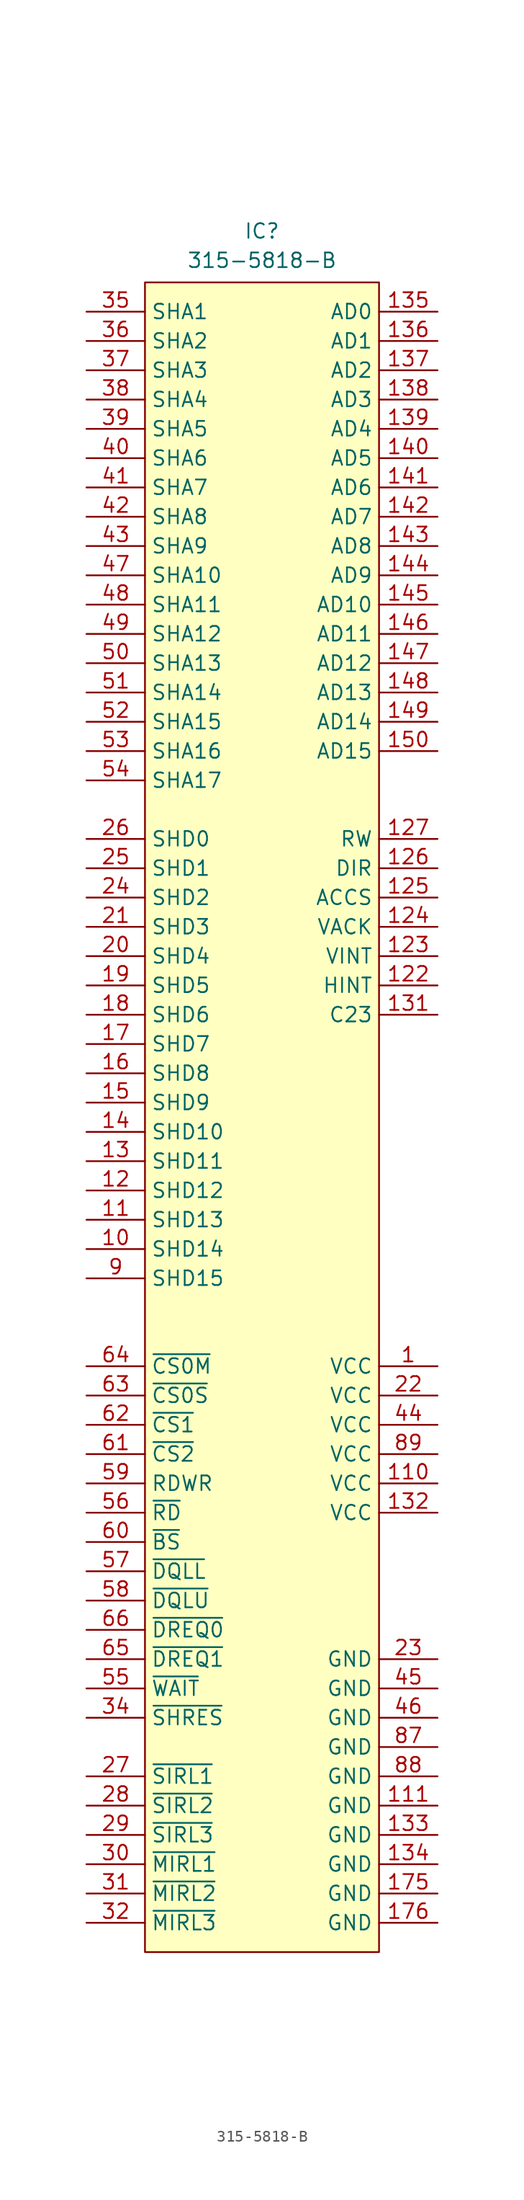
<source format=kicad_sym>
(kicad_symbol_lib
  (version 20220914)
  (generator kicad_symbol_editor)
  (symbol "315-5818-B"
    (property "Reference" "IC"
      (at 0 4.445 0)
      (effects (font (size 1.27 1.27))))
    (property "Value" "315-5818-B"
      (at 0 1.905 0)
      (effects (font (size 1.27 1.27))))
    (symbol "315-5818-B_1_1"
      (rectangle (start -10.16 0) (end 10.16 -144.78) (stroke (width 0) (type default)) (fill (type background)))
      (pin passive line (at 15.24 -93.98 180) (length 5.08) (name "VCC" (effects (font (size 1.27 1.27)))) (number "1" (effects (font (size 1.27 1.27)))))
      (pin passive line (at -15.24 -83.82 0) (length 5.08) (name "SHD14" (effects (font (size 1.27 1.27)))) (number "10" (effects (font (size 1.27 1.27)))))
      (pin passive line (at -15.24 -81.28 0) (length 5.08) (name "SHD13" (effects (font (size 1.27 1.27)))) (number "11" (effects (font (size 1.27 1.27)))))
      (pin passive line (at 15.24 -104.14 180) (length 5.08) (name "VCC" (effects (font (size 1.27 1.27)))) (number "110" (effects (font (size 1.27 1.27)))))
      (pin passive line (at 15.24 -132.08 180) (length 5.08) (name "GND" (effects (font (size 1.27 1.27)))) (number "111" (effects (font (size 1.27 1.27)))))
      (pin passive line (at -15.24 -78.74 0) (length 5.08) (name "SHD12" (effects (font (size 1.27 1.27)))) (number "12" (effects (font (size 1.27 1.27)))))
      (pin passive line (at 15.24 -60.96 180) (length 5.08) (name "HINT" (effects (font (size 1.27 1.27)))) (number "122" (effects (font (size 1.27 1.27)))))
      (pin passive line (at 15.24 -58.42 180) (length 5.08) (name "VINT" (effects (font (size 1.27 1.27)))) (number "123" (effects (font (size 1.27 1.27)))))
      (pin passive line (at 15.24 -55.88 180) (length 5.08) (name "VACK" (effects (font (size 1.27 1.27)))) (number "124" (effects (font (size 1.27 1.27)))))
      (pin passive line (at 15.24 -53.34 180) (length 5.08) (name "ACCS" (effects (font (size 1.27 1.27)))) (number "125" (effects (font (size 1.27 1.27)))))
      (pin passive line (at 15.24 -50.8 180) (length 5.08) (name "DIR" (effects (font (size 1.27 1.27)))) (number "126" (effects (font (size 1.27 1.27)))))
      (pin passive line (at 15.24 -48.26 180) (length 5.08) (name "RW" (effects (font (size 1.27 1.27)))) (number "127" (effects (font (size 1.27 1.27)))))
      (pin passive line (at -15.24 -76.2 0) (length 5.08) (name "SHD11" (effects (font (size 1.27 1.27)))) (number "13" (effects (font (size 1.27 1.27)))))
      (pin passive line (at 15.24 -63.5 180) (length 5.08) (name "C23" (effects (font (size 1.27 1.27)))) (number "131" (effects (font (size 1.27 1.27)))))
      (pin passive line (at 15.24 -106.68 180) (length 5.08) (name "VCC" (effects (font (size 1.27 1.27)))) (number "132" (effects (font (size 1.27 1.27)))))
      (pin passive line (at 15.24 -134.62 180) (length 5.08) (name "GND" (effects (font (size 1.27 1.27)))) (number "133" (effects (font (size 1.27 1.27)))))
      (pin passive line (at 15.24 -137.16 180) (length 5.08) (name "GND" (effects (font (size 1.27 1.27)))) (number "134" (effects (font (size 1.27 1.27)))))
      (pin passive line (at 15.24 -2.54 180) (length 5.08) (name "AD0" (effects (font (size 1.27 1.27)))) (number "135" (effects (font (size 1.27 1.27)))))
      (pin passive line (at 15.24 -5.08 180) (length 5.08) (name "AD1" (effects (font (size 1.27 1.27)))) (number "136" (effects (font (size 1.27 1.27)))))
      (pin passive line (at 15.24 -7.62 180) (length 5.08) (name "AD2" (effects (font (size 1.27 1.27)))) (number "137" (effects (font (size 1.27 1.27)))))
      (pin passive line (at 15.24 -10.16 180) (length 5.08) (name "AD3" (effects (font (size 1.27 1.27)))) (number "138" (effects (font (size 1.27 1.27)))))
      (pin passive line (at 15.24 -12.7 180) (length 5.08) (name "AD4" (effects (font (size 1.27 1.27)))) (number "139" (effects (font (size 1.27 1.27)))))
      (pin passive line (at -15.24 -73.66 0) (length 5.08) (name "SHD10" (effects (font (size 1.27 1.27)))) (number "14" (effects (font (size 1.27 1.27)))))
      (pin passive line (at 15.24 -15.24 180) (length 5.08) (name "AD5" (effects (font (size 1.27 1.27)))) (number "140" (effects (font (size 1.27 1.27)))))
      (pin passive line (at 15.24 -17.78 180) (length 5.08) (name "AD6" (effects (font (size 1.27 1.27)))) (number "141" (effects (font (size 1.27 1.27)))))
      (pin passive line (at 15.24 -20.32 180) (length 5.08) (name "AD7" (effects (font (size 1.27 1.27)))) (number "142" (effects (font (size 1.27 1.27)))))
      (pin passive line (at 15.24 -22.86 180) (length 5.08) (name "AD8" (effects (font (size 1.27 1.27)))) (number "143" (effects (font (size 1.27 1.27)))))
      (pin passive line (at 15.24 -25.4 180) (length 5.08) (name "AD9" (effects (font (size 1.27 1.27)))) (number "144" (effects (font (size 1.27 1.27)))))
      (pin passive line (at 15.24 -27.94 180) (length 5.08) (name "AD10" (effects (font (size 1.27 1.27)))) (number "145" (effects (font (size 1.27 1.27)))))
      (pin passive line (at 15.24 -30.48 180) (length 5.08) (name "AD11" (effects (font (size 1.27 1.27)))) (number "146" (effects (font (size 1.27 1.27)))))
      (pin passive line (at 15.24 -33.02 180) (length 5.08) (name "AD12" (effects (font (size 1.27 1.27)))) (number "147" (effects (font (size 1.27 1.27)))))
      (pin passive line (at 15.24 -35.56 180) (length 5.08) (name "AD13" (effects (font (size 1.27 1.27)))) (number "148" (effects (font (size 1.27 1.27)))))
      (pin passive line (at 15.24 -38.1 180) (length 5.08) (name "AD14" (effects (font (size 1.27 1.27)))) (number "149" (effects (font (size 1.27 1.27)))))
      (pin passive line (at -15.24 -71.12 0) (length 5.08) (name "SHD9" (effects (font (size 1.27 1.27)))) (number "15" (effects (font (size 1.27 1.27)))))
      (pin passive line (at 15.24 -40.64 180) (length 5.08) (name "AD15" (effects (font (size 1.27 1.27)))) (number "150" (effects (font (size 1.27 1.27)))))
      (pin passive line (at -15.24 -68.58 0) (length 5.08) (name "SHD8" (effects (font (size 1.27 1.27)))) (number "16" (effects (font (size 1.27 1.27)))))
      (pin passive line (at -15.24 -66.04 0) (length 5.08) (name "SHD7" (effects (font (size 1.27 1.27)))) (number "17" (effects (font (size 1.27 1.27)))))
      (pin passive line (at 15.24 -139.7 180) (length 5.08) (name "GND" (effects (font (size 1.27 1.27)))) (number "175" (effects (font (size 1.27 1.27)))))
      (pin passive line (at 15.24 -142.24 180) (length 5.08) (name "GND" (effects (font (size 1.27 1.27)))) (number "176" (effects (font (size 1.27 1.27)))))
      (pin passive line (at -15.24 -63.5 0) (length 5.08) (name "SHD6" (effects (font (size 1.27 1.27)))) (number "18" (effects (font (size 1.27 1.27)))))
      (pin passive line (at -15.24 -60.96 0) (length 5.08) (name "SHD5" (effects (font (size 1.27 1.27)))) (number "19" (effects (font (size 1.27 1.27)))))
      (pin passive line (at -15.24 -58.42 0) (length 5.08) (name "SHD4" (effects (font (size 1.27 1.27)))) (number "20" (effects (font (size 1.27 1.27)))))
      (pin passive line (at -15.24 -55.88 0) (length 5.08) (name "SHD3" (effects (font (size 1.27 1.27)))) (number "21" (effects (font (size 1.27 1.27)))))
      (pin passive line (at 15.24 -96.52 180) (length 5.08) (name "VCC" (effects (font (size 1.27 1.27)))) (number "22" (effects (font (size 1.27 1.27)))))
      (pin passive line (at 15.24 -119.38 180) (length 5.08) (name "GND" (effects (font (size 1.27 1.27)))) (number "23" (effects (font (size 1.27 1.27)))))
      (pin passive line (at -15.24 -53.34 0) (length 5.08) (name "SHD2" (effects (font (size 1.27 1.27)))) (number "24" (effects (font (size 1.27 1.27)))))
      (pin passive line (at -15.24 -50.8 0) (length 5.08) (name "SHD1" (effects (font (size 1.27 1.27)))) (number "25" (effects (font (size 1.27 1.27)))))
      (pin passive line (at -15.24 -48.26 0) (length 5.08) (name "SHD0" (effects (font (size 1.27 1.27)))) (number "26" (effects (font (size 1.27 1.27)))))
      (pin passive line (at -15.24 -129.54 0) (length 5.08) (name "~{SIRL1}" (effects (font (size 1.27 1.27)))) (number "27" (effects (font (size 1.27 1.27)))))
      (pin passive line (at -15.24 -132.08 0) (length 5.08) (name "~{SIRL2}" (effects (font (size 1.27 1.27)))) (number "28" (effects (font (size 1.27 1.27)))))
      (pin passive line (at -15.24 -134.62 0) (length 5.08) (name "~{SIRL3}" (effects (font (size 1.27 1.27)))) (number "29" (effects (font (size 1.27 1.27)))))
      (pin passive line (at -15.24 -137.16 0) (length 5.08) (name "~{MIRL1}" (effects (font (size 1.27 1.27)))) (number "30" (effects (font (size 1.27 1.27)))))
      (pin passive line (at -15.24 -139.7 0) (length 5.08) (name "~{MIRL2}" (effects (font (size 1.27 1.27)))) (number "31" (effects (font (size 1.27 1.27)))))
      (pin passive line (at -15.24 -142.24 0) (length 5.08) (name "~{MIRL3}" (effects (font (size 1.27 1.27)))) (number "32" (effects (font (size 1.27 1.27)))))
      (pin passive line (at -15.24 -124.46 0) (length 5.08) (name "~{SHRES}" (effects (font (size 1.27 1.27)))) (number "34" (effects (font (size 1.27 1.27)))))
      (pin passive line (at -15.24 -2.54 0) (length 5.08) (name "SHA1" (effects (font (size 1.27 1.27)))) (number "35" (effects (font (size 1.27 1.27)))))
      (pin passive line (at -15.24 -5.08 0) (length 5.08) (name "SHA2" (effects (font (size 1.27 1.27)))) (number "36" (effects (font (size 1.27 1.27)))))
      (pin passive line (at -15.24 -7.62 0) (length 5.08) (name "SHA3" (effects (font (size 1.27 1.27)))) (number "37" (effects (font (size 1.27 1.27)))))
      (pin passive line (at -15.24 -10.16 0) (length 5.08) (name "SHA4" (effects (font (size 1.27 1.27)))) (number "38" (effects (font (size 1.27 1.27)))))
      (pin passive line (at -15.24 -12.7 0) (length 5.08) (name "SHA5" (effects (font (size 1.27 1.27)))) (number "39" (effects (font (size 1.27 1.27)))))
      (pin passive line (at -15.24 -15.24 0) (length 5.08) (name "SHA6" (effects (font (size 1.27 1.27)))) (number "40" (effects (font (size 1.27 1.27)))))
      (pin passive line (at -15.24 -17.78 0) (length 5.08) (name "SHA7" (effects (font (size 1.27 1.27)))) (number "41" (effects (font (size 1.27 1.27)))))
      (pin passive line (at -15.24 -20.32 0) (length 5.08) (name "SHA8" (effects (font (size 1.27 1.27)))) (number "42" (effects (font (size 1.27 1.27)))))
      (pin passive line (at -15.24 -22.86 0) (length 5.08) (name "SHA9" (effects (font (size 1.27 1.27)))) (number "43" (effects (font (size 1.27 1.27)))))
      (pin passive line (at 15.24 -99.06 180) (length 5.08) (name "VCC" (effects (font (size 1.27 1.27)))) (number "44" (effects (font (size 1.27 1.27)))))
      (pin passive line (at 15.24 -121.92 180) (length 5.08) (name "GND" (effects (font (size 1.27 1.27)))) (number "45" (effects (font (size 1.27 1.27)))))
      (pin passive line (at 15.24 -124.46 180) (length 5.08) (name "GND" (effects (font (size 1.27 1.27)))) (number "46" (effects (font (size 1.27 1.27)))))
      (pin passive line (at -15.24 -25.4 0) (length 5.08) (name "SHA10" (effects (font (size 1.27 1.27)))) (number "47" (effects (font (size 1.27 1.27)))))
      (pin passive line (at -15.24 -27.94 0) (length 5.08) (name "SHA11" (effects (font (size 1.27 1.27)))) (number "48" (effects (font (size 1.27 1.27)))))
      (pin passive line (at -15.24 -30.48 0) (length 5.08) (name "SHA12" (effects (font (size 1.27 1.27)))) (number "49" (effects (font (size 1.27 1.27)))))
      (pin passive line (at -15.24 -33.02 0) (length 5.08) (name "SHA13" (effects (font (size 1.27 1.27)))) (number "50" (effects (font (size 1.27 1.27)))))
      (pin passive line (at -15.24 -35.56 0) (length 5.08) (name "SHA14" (effects (font (size 1.27 1.27)))) (number "51" (effects (font (size 1.27 1.27)))))
      (pin passive line (at -15.24 -38.1 0) (length 5.08) (name "SHA15" (effects (font (size 1.27 1.27)))) (number "52" (effects (font (size 1.27 1.27)))))
      (pin passive line (at -15.24 -40.64 0) (length 5.08) (name "SHA16" (effects (font (size 1.27 1.27)))) (number "53" (effects (font (size 1.27 1.27)))))
      (pin passive line (at -15.24 -43.18 0) (length 5.08) (name "SHA17" (effects (font (size 1.27 1.27)))) (number "54" (effects (font (size 1.27 1.27)))))
      (pin passive line (at -15.24 -121.92 0) (length 5.08) (name "~{WAIT}" (effects (font (size 1.27 1.27)))) (number "55" (effects (font (size 1.27 1.27)))))
      (pin passive line (at -15.24 -106.68 0) (length 5.08) (name "~{RD}" (effects (font (size 1.27 1.27)))) (number "56" (effects (font (size 1.27 1.27)))))
      (pin passive line (at -15.24 -111.76 0) (length 5.08) (name "~{DQLL}" (effects (font (size 1.27 1.27)))) (number "57" (effects (font (size 1.27 1.27)))))
      (pin passive line (at -15.24 -114.3 0) (length 5.08) (name "~{DQLU}" (effects (font (size 1.27 1.27)))) (number "58" (effects (font (size 1.27 1.27)))))
      (pin passive line (at -15.24 -104.14 0) (length 5.08) (name "RDWR" (effects (font (size 1.27 1.27)))) (number "59" (effects (font (size 1.27 1.27)))))
      (pin passive line (at -15.24 -109.22 0) (length 5.08) (name "~{BS}" (effects (font (size 1.27 1.27)))) (number "60" (effects (font (size 1.27 1.27)))))
      (pin passive line (at -15.24 -101.6 0) (length 5.08) (name "~{CS2}" (effects (font (size 1.27 1.27)))) (number "61" (effects (font (size 1.27 1.27)))))
      (pin passive line (at -15.24 -99.06 0) (length 5.08) (name "~{CS1}" (effects (font (size 1.27 1.27)))) (number "62" (effects (font (size 1.27 1.27)))))
      (pin passive line (at -15.24 -96.52 0) (length 5.08) (name "~{CS0S}" (effects (font (size 1.27 1.27)))) (number "63" (effects (font (size 1.27 1.27)))))
      (pin passive line (at -15.24 -93.98 0) (length 5.08) (name "~{CS0M}" (effects (font (size 1.27 1.27)))) (number "64" (effects (font (size 1.27 1.27)))))
      (pin passive line (at -15.24 -119.38 0) (length 5.08) (name "~{DREQ1}" (effects (font (size 1.27 1.27)))) (number "65" (effects (font (size 1.27 1.27)))))
      (pin passive line (at -15.24 -116.84 0) (length 5.08) (name "~{DREQ0}" (effects (font (size 1.27 1.27)))) (number "66" (effects (font (size 1.27 1.27)))))
      (pin passive line (at 15.24 -127 180) (length 5.08) (name "GND" (effects (font (size 1.27 1.27)))) (number "87" (effects (font (size 1.27 1.27)))))
      (pin passive line (at 15.24 -129.54 180) (length 5.08) (name "GND" (effects (font (size 1.27 1.27)))) (number "88" (effects (font (size 1.27 1.27)))))
      (pin passive line (at 15.24 -101.6 180) (length 5.08) (name "VCC" (effects (font (size 1.27 1.27)))) (number "89" (effects (font (size 1.27 1.27)))))
      (pin passive line (at -15.24 -86.36 0) (length 5.08) (name "SHD15" (effects (font (size 1.27 1.27)))) (number "9" (effects (font (size 1.27 1.27))))))))
</source>
